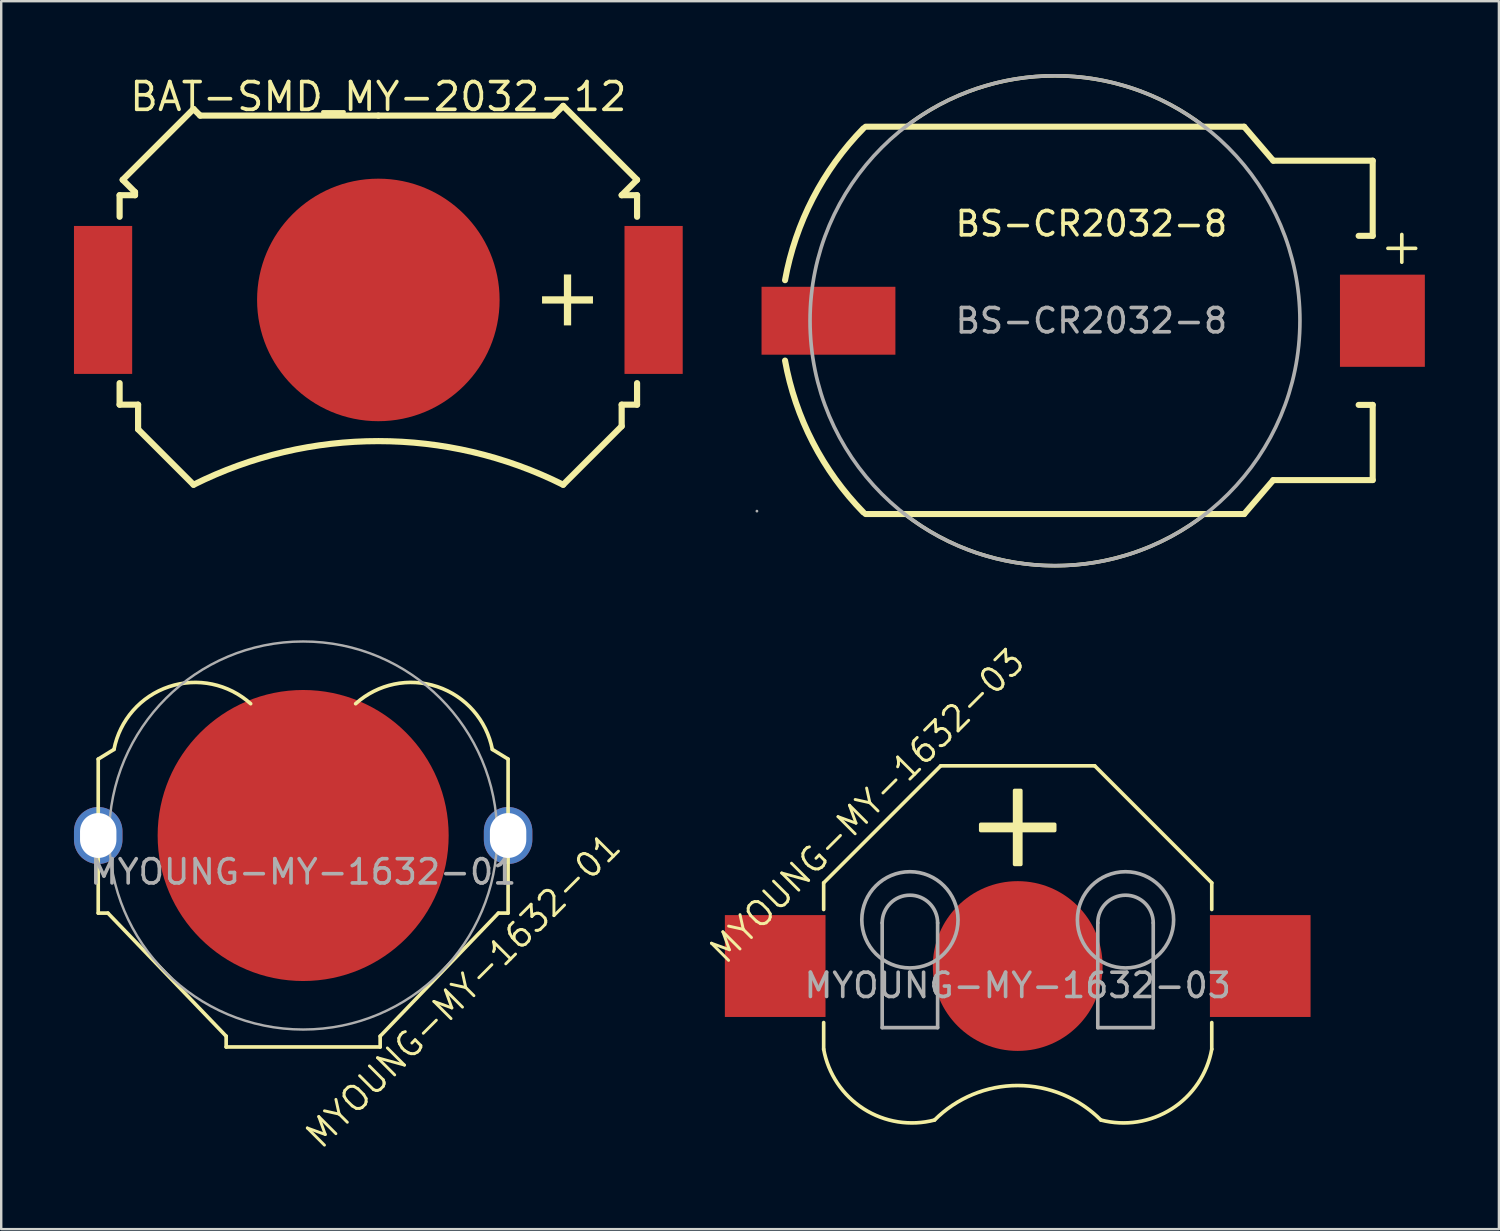
<source format=kicad_pcb>
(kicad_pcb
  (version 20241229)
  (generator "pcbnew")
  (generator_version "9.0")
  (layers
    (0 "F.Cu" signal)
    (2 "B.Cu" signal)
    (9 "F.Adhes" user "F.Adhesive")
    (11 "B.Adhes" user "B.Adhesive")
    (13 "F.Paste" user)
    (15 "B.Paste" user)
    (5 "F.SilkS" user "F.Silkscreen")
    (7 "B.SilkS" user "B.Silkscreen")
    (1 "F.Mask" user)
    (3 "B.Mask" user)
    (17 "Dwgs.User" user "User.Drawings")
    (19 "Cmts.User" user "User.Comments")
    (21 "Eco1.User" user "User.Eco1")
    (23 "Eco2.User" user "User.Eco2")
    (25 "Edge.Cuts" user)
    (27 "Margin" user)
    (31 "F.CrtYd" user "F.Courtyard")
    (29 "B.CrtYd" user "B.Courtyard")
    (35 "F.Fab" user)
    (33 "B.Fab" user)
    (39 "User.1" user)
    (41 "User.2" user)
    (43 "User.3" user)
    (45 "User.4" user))
  (footprint "MYOUNG-MY-1632-01"
    (layer "F.Cu")
    (at 9.45 31.4)
    (property "Reference" "MYOUNG-MY-1632-01" (at 6.6 6.4 45) (unlocked yes) (layer "F.SilkS") (effects (font (size 1 1) (thickness 0.12))))
    (attr through_hole)
    (fp_line (start -8.45 -3.15) (end -7.8 -3.55) (stroke (width 0.15) (type default)) (layer "F.SilkS"))
    (fp_line (start -8.45 3.2) (end -8.45 -3.15) (stroke (width 0.15) (type default)) (layer "F.SilkS"))
    (fp_line (start -8.05 3.2) (end -8.45 3.2) (stroke (width 0.15) (type default)) (layer "F.SilkS"))
    (fp_line (start -8.05 3.2) (end -3.175 8.275) (stroke (width 0.15) (type default)) (layer "F.SilkS"))
    (fp_line (start -3.175 8.72) (end -3.175 8.275) (stroke (width 0.15) (type default)) (layer "F.SilkS"))
    (fp_line (start -3.175 8.72) (end 3.175 8.72) (stroke (width 0.15) (type default)) (layer "F.SilkS"))
    (fp_line (start 3.175 8.72) (end 3.175 8.275) (stroke (width 0.15) (type default)) (layer "F.SilkS"))
    (fp_line (start 7.8 -3.55) (end 8.45 -3.15) (stroke (width 0.15) (type default)) (layer "F.SilkS"))
    (fp_line (start 8.05 3.2) (end 3.175 8.275) (stroke (width 0.15) (type default)) (layer "F.SilkS"))
    (fp_line (start 8.45 3.2) (end 8.05 3.2) (stroke (width 0.15) (type default)) (layer "F.SilkS"))
    (fp_line (start 8.45 3.2) (end 8.45 -3.15) (stroke (width 0.15) (type default)) (layer "F.SilkS"))
    (fp_arc (start -7.8 -3.55) (mid -5.531951 -6.136415) (end -2.164429 -5.434002) (stroke (width 0.15) (type default)) (layer "F.SilkS"))
    (fp_arc (start 2.164429 -5.434002) (mid 5.531951 -6.136415) (end 7.8 -3.55) (stroke (width 0.15) (type default)) (layer "F.SilkS"))
    (fp_circle (center 0 0) (end 8 0) (stroke (width 0.1) (type default)) (fill no) (layer "F.Fab"))
    (fp_text user "${REFERENCE}" (at 0 1.5 0) (unlocked yes) (layer "F.Fab") (effects (font (size 1 1) (thickness 0.15))))
    (pad "1" thru_hole oval (at -8.45 0 90) (size 2.35 2) (drill oval 1.85 1.5) (layers "*.Cu" "*.Mask"))
    (pad "1" thru_hole oval (at 8.45 0 90) (size 2.35 2) (drill oval 1.85 1.5) (layers "*.Cu" "*.Mask"))
    (pad "2" smd circle (at 0 0 90) (size 12 12) (layers "F.Cu" "F.Mask")))
  (footprint "MYOUNG-MY-1632-03"
    (layer "F.Cu")
    (at 38.913 36.782)
    (property "Reference" "MYOUNG-MY-1632-03" (at -6.2 -6.6 45) (unlocked yes) (layer "F.SilkS") (effects (font (size 1 1) (thickness 0.12))))
    (attr smd)
    (fp_line (start -8.001 -3.429) (end -8.001 -2.331) (stroke (width 0.15) (type solid)) (layer "F.SilkS"))
    (fp_line (start -8.001 2.331) (end -8.001 3.429) (stroke (width 0.15) (type solid)) (layer "F.SilkS"))
    (fp_line (start -3.175 -8.255) (end -8.001 -3.429) (stroke (width 0.15) (type solid)) (layer "F.SilkS"))
    (fp_line (start -3.175 -8.255) (end 3.175 -8.255) (stroke (width 0.15) (type solid)) (layer "F.SilkS"))
    (fp_line (start 3.175 -8.255) (end 8.001 -3.429) (stroke (width 0.15) (type solid)) (layer "F.SilkS"))
    (fp_line (start 8.001 -3.429) (end 8.001 -2.331) (stroke (width 0.15) (type solid)) (layer "F.SilkS"))
    (fp_line (start 8.001 2.331) (end 8.001 3.429) (stroke (width 0.15) (type solid)) (layer "F.SilkS"))
    (fp_arc (start -3.429 6.35) (mid -6.352931 5.887889) (end -8.00085 3.428766) (stroke (width 0.15) (type solid)) (layer "F.SilkS"))
    (fp_arc (start -3.429 6.35) (mid 0.000229 4.927021) (end 3.429323 6.350324) (stroke (width 0.15) (type solid)) (layer "F.SilkS"))
    (fp_arc (start 8.001 3.429) (mid 6.352861 5.888158) (end 3.428755 6.350131) (stroke (width 0.15) (type solid)) (layer "F.SilkS"))
    (fp_poly (pts (xy -1.524 -5.842) (xy 1.524 -5.842) (xy 1.524 -5.588) (xy -1.524 -5.588)) (stroke (width 0.15) (type solid)) (fill yes) (layer "F.SilkS"))
    (fp_poly (pts (xy -0.127 -4.191) (xy -0.127 -7.239) (xy 0.127 -7.239) (xy 0.127 -4.191)) (stroke (width 0.15) (type solid)) (fill yes) (layer "F.SilkS"))
    (fp_line (start -5.588 2.54) (end -5.588 -1.778) (stroke (width 0.15) (type solid)) (layer "F.Fab"))
    (fp_line (start -5.588 2.54) (end -3.302 2.54) (stroke (width 0.15) (type solid)) (layer "F.Fab"))
    (fp_line (start -3.302 2.54) (end -3.302 -1.778) (stroke (width 0.15) (type solid)) (layer "F.Fab"))
    (fp_line (start 3.302 2.54) (end 3.302 -1.778) (stroke (width 0.15) (type solid)) (layer "F.Fab"))
    (fp_line (start 3.302 2.54) (end 5.588 2.54) (stroke (width 0.15) (type solid)) (layer "F.Fab"))
    (fp_line (start 5.588 2.54) (end 5.588 -1.778) (stroke (width 0.15) (type solid)) (layer "F.Fab"))
    (fp_arc (start -5.588 -1.778) (mid -4.445 -2.921) (end -3.302 -1.778) (stroke (width 0.15) (type solid)) (layer "F.Fab"))
    (fp_arc (start 3.302 -1.778) (mid 4.445 -2.921) (end 5.588 -1.778) (stroke (width 0.15) (type solid)) (layer "F.Fab"))
    (fp_circle (center -4.445 -1.905) (end -2.461 -1.905) (stroke (width 0.15) (type solid)) (fill no) (layer "F.Fab"))
    (fp_circle (center 4.445 -1.905) (end 6.429 -1.905) (stroke (width 0.15) (type solid)) (fill no) (layer "F.Fab"))
    (fp_text user "${REFERENCE}" (at 0 0.8 0) (unlocked yes) (layer "F.Fab") (effects (font (size 1 1) (thickness 0.15))))
    (pad "1" smd rect (at -10 0) (size 4.15 4.2) (layers "F.Cu" "F.Mask" "F.Paste"))
    (pad "1" smd rect (at 10 0) (size 4.15 4.2) (layers "F.Cu" "F.Mask" "F.Paste"))
    (pad "2" smd circle (at 0 0) (size 7 7) (layers "F.Cu" "F.Mask")))
  (footprint "BS-CR2032-8"
    (layer "F.Cu")
    (at 41.95 10.175)
    (property "Reference" "BS-CR2032-8" (at 0 -4 0) (layer "F.SilkS") (effects (font (size 1 1) (thickness 0.15))))
    (attr smd)
    (fp_line (start -9.31 -8) (end 6.3 -8) (stroke (width 0.25) (type solid)) (layer "F.SilkS"))
    (fp_line (start -9.31 7.97) (end 6.3 7.97) (stroke (width 0.25) (type solid)) (layer "F.SilkS"))
    (fp_line (start 6.3 -8) (end 7.5 -6.6) (stroke (width 0.25) (type solid)) (layer "F.SilkS"))
    (fp_line (start 6.3 7.97) (end 7.5 6.57) (stroke (width 0.25) (type solid)) (layer "F.SilkS"))
    (fp_line (start 7.5 -6.6) (end 11.6 -6.6) (stroke (width 0.25) (type solid)) (layer "F.SilkS"))
    (fp_line (start 7.5 6.57) (end 11.6 6.57) (stroke (width 0.25) (type solid)) (layer "F.SilkS"))
    (fp_line (start 11.6 -6.6) (end 11.6 -3.5) (stroke (width 0.25) (type solid)) (layer "F.SilkS"))
    (fp_line (start 11.6 -3.5) (end 11.02 -3.5) (stroke (width 0.25) (type solid)) (layer "F.SilkS"))
    (fp_line (start 11.6 3.47) (end 11.02 3.47) (stroke (width 0.25) (type solid)) (layer "F.SilkS"))
    (fp_line (start 11.6 6.57) (end 11.6 3.47) (stroke (width 0.25) (type solid)) (layer "F.SilkS"))
    (fp_arc (start -12.630631 -1.671839) (mid -11.483147 -5.045585) (end -9.397145 -7.934784) (stroke (width 0.25) (type solid)) (layer "F.SilkS"))
    (fp_arc (start -9.397145 7.904784) (mid -11.483147 5.015584) (end -12.630631 1.641839) (stroke (width 0.25) (type solid)) (layer "F.SilkS"))
    (fp_arc (start -7.665225 -8) (mid -1.5 -10.1) (end 4.665225 -8) (stroke (width 0.15) (type default)) (layer "F.SilkS"))
    (fp_arc (start 4.703958 7.97) (mid -1.5 10.1) (end -7.703958 7.97) (stroke (width 0.15) (type default)) (layer "F.SilkS"))
    (fp_circle (center -13.79 7.85) (end -13.76 7.85) (stroke (width 0.06) (type solid)) (fill no) (layer "F.Fab"))
    (fp_circle (center -1.5 0) (end 8.6 0) (stroke (width 0.15) (type default)) (fill no) (layer "F.Fab"))
    (fp_text user "+" (at 12.8 -3.1 0) (layer "F.SilkS") (effects (font (size 1.5 1.5) (thickness 0.15))))
    (fp_text user "${REFERENCE}" (at 0 0 0) (layer "F.Fab") (effects (font (size 1 1) (thickness 0.15))))
    (pad "1" smd rect (at 12 0) (size 3.5 3.8) (layers "F.Cu" "F.Mask" "F.Paste"))
    (pad "2" smd rect (at -10.84 0) (size 5.52 2.8) (layers "F.Cu" "F.Mask" "F.Paste")))
  (footprint "BAT-SMD_MY-2032-12"
    (layer "F.Cu")
    (at 12.55 9.317)
    (property "Reference" "BAT-SMD_MY-2032-12" (at 0 -8.382 0) (layer "F.SilkS") (effects (font (size 1.143 1.143) (thickness 0.152))))
    (attr smd)
    (fp_line (start -10.668 -4.318) (end -10.033 -4.318) (stroke (width 0.254) (type solid)) (layer "F.SilkS"))
    (fp_line (start -10.668 -3.429) (end -10.668 -4.318) (stroke (width 0.254) (type solid)) (layer "F.SilkS"))
    (fp_line (start -10.668 3.429) (end -10.668 4.318) (stroke (width 0.254) (type solid)) (layer "F.SilkS"))
    (fp_line (start -10.668 4.318) (end -9.906 4.318) (stroke (width 0.254) (type solid)) (layer "F.SilkS"))
    (fp_line (start -10.541 -4.953) (end -7.62 -7.874) (stroke (width 0.254) (type solid)) (layer "F.SilkS"))
    (fp_line (start -10.033 -4.445) (end -10.541 -4.953) (stroke (width 0.254) (type solid)) (layer "F.SilkS"))
    (fp_line (start -10.033 -4.318) (end -10.033 -4.445) (stroke (width 0.254) (type solid)) (layer "F.SilkS"))
    (fp_line (start -9.906 4.318) (end -9.906 5.334) (stroke (width 0.254) (type solid)) (layer "F.SilkS"))
    (fp_line (start -9.906 5.334) (end -7.62 7.62) (stroke (width 0.254) (type solid)) (layer "F.SilkS"))
    (fp_line (start -7.346 -7.6) (end -7.62 -7.874) (stroke (width 0.254) (type solid)) (layer "F.SilkS"))
    (fp_line (start 0 -7.6) (end -7.346 -7.6) (stroke (width 0.254) (type solid)) (layer "F.SilkS"))
    (fp_line (start 0 -7.6) (end 7.219 -7.6) (stroke (width 0.254) (type solid)) (layer "F.SilkS"))
    (fp_line (start 7.219 -7.6) (end 7.62 -8.001) (stroke (width 0.254) (type solid)) (layer "F.SilkS"))
    (fp_line (start 10.033 -4.318) (end 10.668 -4.953) (stroke (width 0.254) (type solid)) (layer "F.SilkS"))
    (fp_line (start 10.033 4.318) (end 10.033 5.207) (stroke (width 0.254) (type solid)) (layer "F.SilkS"))
    (fp_line (start 10.033 5.207) (end 7.62 7.62) (stroke (width 0.254) (type solid)) (layer "F.SilkS"))
    (fp_line (start 10.668 -4.953) (end 7.62 -8.001) (stroke (width 0.254) (type solid)) (layer "F.SilkS"))
    (fp_line (start 10.668 -4.318) (end 10.033 -4.318) (stroke (width 0.254) (type solid)) (layer "F.SilkS"))
    (fp_line (start 10.668 -3.429) (end 10.668 -4.318) (stroke (width 0.254) (type solid)) (layer "F.SilkS"))
    (fp_line (start 10.668 3.431) (end 10.668 4.318) (stroke (width 0.254) (type solid)) (layer "F.SilkS"))
    (fp_line (start 10.668 4.318) (end 10.033 4.318) (stroke (width 0.254) (type solid)) (layer "F.SilkS"))
    (fp_arc (start -7.62 7.62) (mid -0.000015 5.821162) (end 7.619973 7.619986) (stroke (width 0.254) (type solid)) (layer "F.SilkS"))
    (fp_poly (pts (xy 6.75 -0.15) (xy 8.85 -0.15) (xy 8.85 0.15) (xy 6.75 0.15)) (stroke (width 0) (type solid)) (fill yes) (layer "F.SilkS"))
    (fp_poly (pts (xy 7.65 1.05) (xy 7.65 -1.05) (xy 7.95 -1.05) (xy 7.95 1.05)) (stroke (width 0) (type solid)) (fill yes) (layer "F.SilkS"))
    (fp_poly (pts (xy -10.15 -3.05) (xy -12.55 -3.05) (xy -12.55 3.05) (xy -10.15 3.05) (xy -10.15 3.04)) (stroke (width 0) (type solid)) (fill yes) (layer "F.Paste"))
    (fp_poly (pts (xy 12.55 -3.05) (xy 10.15 -3.05) (xy 10.15 3.05) (xy 12.55 3.05) (xy 12.55 3.04)) (stroke (width 0) (type solid)) (fill yes) (layer "F.Paste"))
    (pad "1" smd rect (at -11.35 0) (size 2.4 6.1) (layers "F.Cu" "F.Mask" "F.Paste"))
    (pad "1" smd rect (at 11.35 0) (size 2.4 6.1) (layers "F.Cu" "F.Mask" "F.Paste"))
    (pad "2" smd circle (at 0 0) (size 10 10) (layers "F.Cu" "F.Mask" "F.Paste")))
  (gr_rect
    (start -3 -3)
    (end 58.754 47.632)
    (stroke (width 0.1) (type default))
    (fill no)
    (layer "Edge.Cuts")))
</source>
